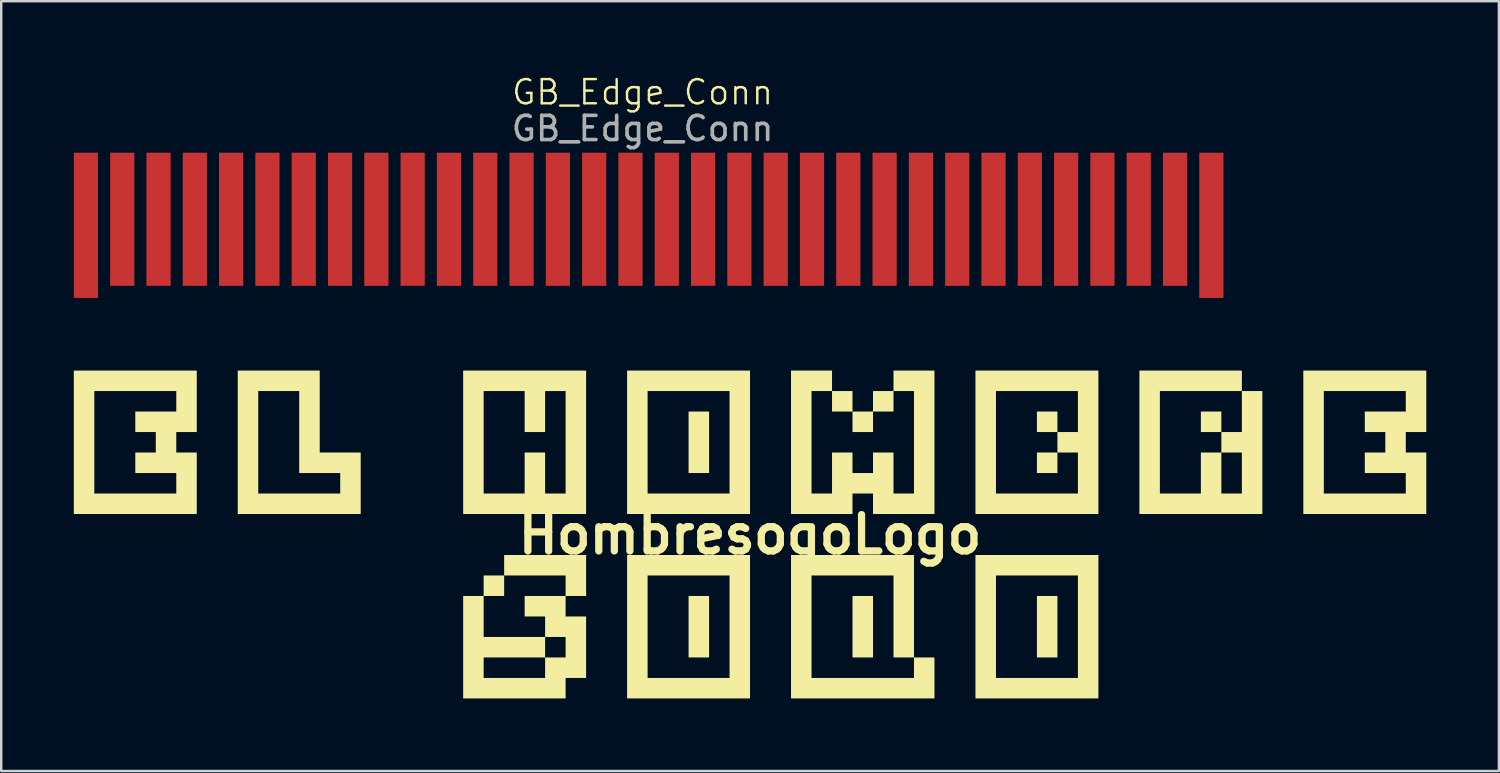
<source format=kicad_pcb>
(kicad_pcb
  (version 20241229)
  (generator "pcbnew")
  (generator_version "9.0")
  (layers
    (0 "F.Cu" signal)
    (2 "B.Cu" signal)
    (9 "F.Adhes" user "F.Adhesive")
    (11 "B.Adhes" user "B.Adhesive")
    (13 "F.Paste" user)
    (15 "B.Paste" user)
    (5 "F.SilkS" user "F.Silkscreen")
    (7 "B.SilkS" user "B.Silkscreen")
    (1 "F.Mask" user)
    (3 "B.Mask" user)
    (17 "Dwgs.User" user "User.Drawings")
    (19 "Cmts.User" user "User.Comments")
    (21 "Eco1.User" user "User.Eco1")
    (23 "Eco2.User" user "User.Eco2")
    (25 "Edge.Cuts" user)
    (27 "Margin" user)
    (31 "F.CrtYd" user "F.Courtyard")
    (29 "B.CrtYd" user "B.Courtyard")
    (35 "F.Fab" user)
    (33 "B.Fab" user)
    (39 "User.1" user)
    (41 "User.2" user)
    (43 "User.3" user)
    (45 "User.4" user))
  (footprint "GB_Edge_Conn"
    (layer "F.Cu")
    (at 23.5 3.26)
    (property "Reference" "GB_Edge_Conn" (at 0 -2.5 0) (unlocked yes) (layer "F.SilkS") (effects (font (size 1 1) (thickness 0.1))))
    (attr smd)
    (fp_text user "${REFERENCE}" (at 0 -1 0) (unlocked yes) (layer "F.Fab") (effects (font (size 1 1) (thickness 0.15))))
    (pad "1" smd rect (at -23 3) (size 1 6) (layers "F.Cu" "F.Mask" "F.Paste"))
    (pad "2" smd rect (at -21.5 2.75) (size 1 5.5) (layers "F.Cu" "F.Mask" "F.Paste"))
    (pad "3" smd rect (at -20 2.75) (size 1 5.5) (layers "F.Cu" "F.Mask" "F.Paste"))
    (pad "4" smd rect (at -18.5 2.75) (size 1 5.5) (layers "F.Cu" "F.Mask" "F.Paste"))
    (pad "5" smd rect (at -17 2.75) (size 1 5.5) (layers "F.Cu" "F.Mask" "F.Paste"))
    (pad "6" smd rect (at -15.5 2.75) (size 1 5.5) (layers "F.Cu" "F.Mask" "F.Paste"))
    (pad "7" smd rect (at -14 2.75) (size 1 5.5) (layers "F.Cu" "F.Mask" "F.Paste"))
    (pad "8" smd rect (at -12.5 2.75) (size 1 5.5) (layers "F.Cu" "F.Mask" "F.Paste"))
    (pad "9" smd rect (at -11 2.75) (size 1 5.5) (layers "F.Cu" "F.Mask" "F.Paste"))
    (pad "10" smd rect (at -9.5 2.75) (size 1 5.5) (layers "F.Cu" "F.Mask" "F.Paste"))
    (pad "11" smd rect (at -8 2.75) (size 1 5.5) (layers "F.Cu" "F.Mask" "F.Paste"))
    (pad "12" smd rect (at -6.5 2.75) (size 1 5.5) (layers "F.Cu" "F.Mask" "F.Paste"))
    (pad "13" smd rect (at -5 2.75) (size 1 5.5) (layers "F.Cu" "F.Mask" "F.Paste"))
    (pad "14" smd rect (at -3.5 2.75) (size 1 5.5) (layers "F.Cu" "F.Mask" "F.Paste"))
    (pad "15" smd rect (at -2 2.75) (size 1 5.5) (layers "F.Cu" "F.Mask" "F.Paste"))
    (pad "16" smd rect (at -0.5 2.75) (size 1 5.5) (layers "F.Cu" "F.Mask" "F.Paste"))
    (pad "17" smd rect (at 1 2.75) (size 1 5.5) (layers "F.Cu" "F.Mask" "F.Paste"))
    (pad "18" smd rect (at 2.5 2.75) (size 1 5.5) (layers "F.Cu" "F.Mask" "F.Paste"))
    (pad "19" smd rect (at 4 2.75) (size 1 5.5) (layers "F.Cu" "F.Mask" "F.Paste"))
    (pad "20" smd rect (at 5.5 2.75) (size 1 5.5) (layers "F.Cu" "F.Mask" "F.Paste"))
    (pad "21" smd rect (at 7 2.75) (size 1 5.5) (layers "F.Cu" "F.Mask" "F.Paste"))
    (pad "22" smd rect (at 8.5 2.75) (size 1 5.5) (layers "F.Cu" "F.Mask" "F.Paste"))
    (pad "23" smd rect (at 10 2.75) (size 1 5.5) (layers "F.Cu" "F.Mask" "F.Paste"))
    (pad "24" smd rect (at 11.5 2.75) (size 1 5.5) (layers "F.Cu" "F.Mask" "F.Paste"))
    (pad "25" smd rect (at 13 2.75) (size 1 5.5) (layers "F.Cu" "F.Mask" "F.Paste"))
    (pad "26" smd rect (at 14.5 2.75) (size 1 5.5) (layers "F.Cu" "F.Mask" "F.Paste"))
    (pad "27" smd rect (at 16 2.75) (size 1 5.5) (layers "F.Cu" "F.Mask" "F.Paste"))
    (pad "28" smd rect (at 17.5 2.75) (size 1 5.5) (layers "F.Cu" "F.Mask" "F.Paste"))
    (pad "29" smd rect (at 19 2.75) (size 1 5.5) (layers "F.Cu" "F.Mask" "F.Paste"))
    (pad "30" smd rect (at 20.5 2.75) (size 1 5.5) (layers "F.Cu" "F.Mask" "F.Paste"))
    (pad "31" smd rect (at 22 2.75) (size 1 5.5) (layers "F.Cu" "F.Mask" "F.Paste"))
    (pad "32" smd rect (at 23.5 3) (size 1 6) (layers "F.Cu" "F.Mask" "F.Paste")))
  (footprint "HombresoqoLogo"
    (layer "F.Cu")
    (at 27.94 19.034)
    (property "Reference" "HombresoqoLogo" (at 0 0 0) (layer "F.SilkS") (effects (font (size 1.5 1.5) (thickness 0.3))))
    (attr board_only exclude_from_pos_files exclude_from_bom)
    (fp_poly (pts (xy -1.693 -3.81) (xy -1.693 -2.54) (xy -2.117 -2.54) (xy -2.54 -2.54) (xy -2.54 -3.81) (xy -2.54 -5.08) (xy -2.117 -5.08) (xy -1.693 -5.08)) (stroke (width 0) (type solid)) (fill yes) (layer "F.SilkS"))
    (fp_poly (pts (xy -1.693 3.81) (xy -1.693 5.08) (xy -2.117 5.08) (xy -2.54 5.08) (xy -2.54 3.81) (xy -2.54 2.54) (xy -2.117 2.54) (xy -1.693 2.54)) (stroke (width 0) (type solid)) (fill yes) (layer "F.SilkS"))
    (fp_poly (pts (xy 5.08 3.81) (xy 5.08 5.08) (xy 4.657 5.08) (xy 4.233 5.08) (xy 4.233 3.81) (xy 4.233 2.54) (xy 4.657 2.54) (xy 5.08 2.54)) (stroke (width 0) (type solid)) (fill yes) (layer "F.SilkS"))
    (fp_poly (pts (xy 12.7 -4.657) (xy 12.7 -4.233) (xy 12.277 -4.233) (xy 11.853 -4.233) (xy 11.853 -4.657) (xy 11.853 -5.08) (xy 12.277 -5.08) (xy 12.7 -5.08)) (stroke (width 0) (type solid)) (fill yes) (layer "F.SilkS"))
    (fp_poly (pts (xy 12.7 -2.963) (xy 12.7 -2.54) (xy 12.277 -2.54) (xy 11.853 -2.54) (xy 11.853 -2.963) (xy 11.853 -3.387) (xy 12.277 -3.387) (xy 12.7 -3.387)) (stroke (width 0) (type solid)) (fill yes) (layer "F.SilkS"))
    (fp_poly (pts (xy 12.7 3.81) (xy 12.7 5.08) (xy 12.277 5.08) (xy 11.853 5.08) (xy 11.853 3.81) (xy 11.853 2.54) (xy 12.277 2.54) (xy 12.7 2.54)) (stroke (width 0) (type solid)) (fill yes) (layer "F.SilkS"))
    (fp_poly (pts (xy 19.473 -4.657) (xy 19.473 -4.233) (xy 19.05 -4.233) (xy 18.627 -4.233) (xy 18.627 -4.657) (xy 18.627 -5.08) (xy 19.05 -5.08) (xy 19.473 -5.08)) (stroke (width 0) (type solid)) (fill yes) (layer "F.SilkS"))
    (fp_poly (pts (xy 0 -3.81) (xy 0 -0.847) (xy -2.54 -0.847) (xy -5.08 -0.847) (xy -5.08 -3.81) (xy -4.233 -3.81) (xy -4.233 -1.693) (xy -2.54 -1.693) (xy -0.847 -1.693) (xy -0.847 -3.81) (xy -0.847 -5.927) (xy -2.54 -5.927) (xy -4.233 -5.927) (xy -4.233 -3.81) (xy -5.08 -3.81) (xy -5.08 -6.773) (xy -2.54 -6.773) (xy 0 -6.773)) (stroke (width 0) (type solid)) (fill yes) (layer "F.SilkS"))
    (fp_poly (pts (xy 0 3.81) (xy 0 6.773) (xy -2.54 6.773) (xy -5.08 6.773) (xy -5.08 3.81) (xy -4.233 3.81) (xy -4.233 5.927) (xy -2.54 5.927) (xy -0.847 5.927) (xy -0.847 3.81) (xy -0.847 1.693) (xy -2.54 1.693) (xy -4.233 1.693) (xy -4.233 3.81) (xy -5.08 3.81) (xy -5.08 0.847) (xy -2.54 0.847) (xy 0 0.847)) (stroke (width 0) (type solid)) (fill yes) (layer "F.SilkS"))
    (fp_poly (pts (xy 14.393 3.81) (xy 14.393 6.773) (xy 11.853 6.773) (xy 9.313 6.773) (xy 9.313 3.81) (xy 10.16 3.81) (xy 10.16 5.927) (xy 11.853 5.927) (xy 13.547 5.927) (xy 13.547 3.81) (xy 13.547 1.693) (xy 11.853 1.693) (xy 10.16 1.693) (xy 10.16 3.81) (xy 9.313 3.81) (xy 9.313 0.847) (xy 11.853 0.847) (xy 14.393 0.847)) (stroke (width 0) (type solid)) (fill yes) (layer "F.SilkS"))
    (fp_poly (pts (xy 6.773 2.963) (xy 6.773 5.08) (xy 6.35 5.08) (xy 5.927 5.08) (xy 5.927 3.387) (xy 5.927 1.693) (xy 4.233 1.693) (xy 2.54 1.693) (xy 2.54 3.81) (xy 2.54 5.927) (xy 4.657 5.927) (xy 6.773 5.927) (xy 6.773 5.503) (xy 6.773 5.08) (xy 7.197 5.08) (xy 7.62 5.08) (xy 7.62 5.927) (xy 7.62 6.773) (xy 4.657 6.773) (xy 1.693 6.773) (xy 1.693 3.81) (xy 1.693 0.847) (xy 4.233 0.847) (xy 6.773 0.847)) (stroke (width 0) (type solid)) (fill yes) (layer "F.SilkS"))
    (fp_poly (pts (xy -17.78 -5.08) (xy -17.78 -3.387) (xy -16.933 -3.387) (xy -16.087 -3.387) (xy -16.087 -2.117) (xy -16.087 -0.847) (xy -18.627 -0.847) (xy -21.167 -0.847) (xy -21.167 -3.81) (xy -20.32 -3.81) (xy -20.32 -1.693) (xy -18.627 -1.693) (xy -16.933 -1.693) (xy -16.933 -2.117) (xy -16.933 -2.54) (xy -17.78 -2.54) (xy -18.627 -2.54) (xy -18.627 -4.233) (xy -18.627 -5.927) (xy -19.473 -5.927) (xy -20.32 -5.927) (xy -20.32 -3.81) (xy -21.167 -3.81) (xy -21.167 -6.773) (xy -19.473 -6.773) (xy -17.78 -6.773)) (stroke (width 0) (type solid)) (fill yes) (layer "F.SilkS"))
    (fp_poly (pts (xy 14.393 -3.81) (xy 14.393 -0.847) (xy 11.853 -0.847) (xy 9.313 -0.847) (xy 9.313 -3.81) (xy 10.16 -3.81) (xy 10.16 -1.693) (xy 11.853 -1.693) (xy 13.547 -1.693) (xy 13.547 -2.54) (xy 13.547 -3.387) (xy 13.123 -3.387) (xy 12.7 -3.387) (xy 12.7 -3.81) (xy 12.7 -4.233) (xy 13.123 -4.233) (xy 13.547 -4.233) (xy 13.547 -5.08) (xy 13.547 -5.927) (xy 11.853 -5.927) (xy 10.16 -5.927) (xy 10.16 -3.81) (xy 9.313 -3.81) (xy 9.313 -6.773) (xy 11.853 -6.773) (xy 14.393 -6.773)) (stroke (width 0) (type solid)) (fill yes) (layer "F.SilkS"))
    (fp_poly (pts (xy -6.773 -3.81) (xy -6.773 -0.847) (xy -9.313 -0.847) (xy -11.853 -0.847) (xy -11.853 -3.81) (xy -11.007 -3.81) (xy -11.007 -1.693) (xy -10.16 -1.693) (xy -9.313 -1.693) (xy -9.313 -2.54) (xy -9.313 -3.387) (xy -8.89 -3.387) (xy -8.467 -3.387) (xy -8.467 -2.54) (xy -8.467 -1.693) (xy -8.043 -1.693) (xy -7.62 -1.693) (xy -7.62 -3.81) (xy -7.62 -5.927) (xy -8.043 -5.927) (xy -8.467 -5.927) (xy -8.467 -5.08) (xy -8.467 -4.233) (xy -8.89 -4.233) (xy -9.313 -4.233) (xy -9.313 -5.08) (xy -9.313 -5.927) (xy -10.16 -5.927) (xy -11.007 -5.927) (xy -11.007 -3.81) (xy -11.853 -3.81) (xy -11.853 -6.773) (xy -9.313 -6.773) (xy -6.773 -6.773)) (stroke (width 0) (type solid)) (fill yes) (layer "F.SilkS"))
    (fp_poly (pts (xy 20.32 -6.35) (xy 20.32 -5.927) (xy 18.627 -5.927) (xy 16.933 -5.927) (xy 16.933 -3.81) (xy 16.933 -1.693) (xy 17.78 -1.693) (xy 18.627 -1.693) (xy 18.627 -2.54) (xy 19.473 -2.54) (xy 19.473 -1.693) (xy 19.897 -1.693) (xy 20.32 -1.693) (xy 20.32 -2.54) (xy 20.32 -3.387) (xy 19.897 -3.387) (xy 19.473 -3.387) (xy 19.473 -2.54) (xy 18.627 -2.54) (xy 18.627 -3.387) (xy 19.05 -3.387) (xy 19.473 -3.387) (xy 19.473 -3.81) (xy 19.473 -4.233) (xy 19.897 -4.233) (xy 20.32 -4.233) (xy 20.32 -5.08) (xy 20.32 -5.927) (xy 20.743 -5.927) (xy 21.167 -5.927) (xy 21.167 -3.387) (xy 21.167 -0.847) (xy 18.627 -0.847) (xy 16.087 -0.847) (xy 16.087 -3.81) (xy 16.087 -6.773) (xy 18.203 -6.773) (xy 20.32 -6.773)) (stroke (width 0) (type solid)) (fill yes) (layer "F.SilkS"))
    (fp_poly (pts (xy -22.86 -5.503) (xy -22.86 -4.233) (xy -23.283 -4.233) (xy -23.707 -4.233) (xy -23.707 -3.81) (xy -23.707 -3.387) (xy -23.283 -3.387) (xy -22.86 -3.387) (xy -22.86 -2.117) (xy -22.86 -0.847) (xy -25.4 -0.847) (xy -27.94 -0.847) (xy -27.94 -3.81) (xy -27.093 -3.81) (xy -27.093 -1.693) (xy -25.4 -1.693) (xy -23.707 -1.693) (xy -23.707 -2.117) (xy -23.707 -2.54) (xy -24.553 -2.54) (xy -25.4 -2.54) (xy -25.4 -2.963) (xy -25.4 -3.387) (xy -24.977 -3.387) (xy -24.553 -3.387) (xy -24.553 -3.81) (xy -24.553 -4.233) (xy -24.977 -4.233) (xy -25.4 -4.233) (xy -25.4 -4.657) (xy -25.4 -5.08) (xy -24.553 -5.08) (xy -23.707 -5.08) (xy -23.707 -5.503) (xy -23.707 -5.927) (xy -25.4 -5.927) (xy -27.093 -5.927) (xy -27.093 -3.81) (xy -27.94 -3.81) (xy -27.94 -6.773) (xy -25.4 -6.773) (xy -22.86 -6.773)) (stroke (width 0) (type solid)) (fill yes) (layer "F.SilkS"))
    (fp_poly (pts (xy 27.94 -5.503) (xy 27.94 -4.233) (xy 27.517 -4.233) (xy 27.093 -4.233) (xy 27.093 -3.81) (xy 27.093 -3.387) (xy 27.517 -3.387) (xy 27.94 -3.387) (xy 27.94 -2.117) (xy 27.94 -0.847) (xy 25.4 -0.847) (xy 22.86 -0.847) (xy 22.86 -3.81) (xy 23.707 -3.81) (xy 23.707 -1.693) (xy 25.4 -1.693) (xy 27.093 -1.693) (xy 27.093 -2.117) (xy 27.093 -2.54) (xy 26.247 -2.54) (xy 25.4 -2.54) (xy 25.4 -2.963) (xy 25.4 -3.387) (xy 25.823 -3.387) (xy 26.247 -3.387) (xy 26.247 -3.81) (xy 26.247 -4.233) (xy 25.823 -4.233) (xy 25.4 -4.233) (xy 25.4 -4.657) (xy 25.4 -5.08) (xy 26.247 -5.08) (xy 27.093 -5.08) (xy 27.093 -5.503) (xy 27.093 -5.927) (xy 25.4 -5.927) (xy 23.707 -5.927) (xy 23.707 -3.81) (xy 22.86 -3.81) (xy 22.86 -6.773) (xy 25.4 -6.773) (xy 27.94 -6.773)) (stroke (width 0) (type solid)) (fill yes) (layer "F.SilkS"))
    (fp_poly (pts (xy -6.773 1.693) (xy -6.773 2.54) (xy -7.197 2.54) (xy -7.62 2.54) (xy -7.62 2.963) (xy -7.62 3.387) (xy -7.197 3.387) (xy -6.773 3.387) (xy -6.773 4.657) (xy -6.773 5.927) (xy -7.197 5.927) (xy -7.62 5.927) (xy -7.62 6.35) (xy -7.62 6.773) (xy -9.737 6.773) (xy -11.853 6.773) (xy -11.853 5.08) (xy -11.007 5.08) (xy -11.007 5.503) (xy -11.007 5.927) (xy -9.737 5.927) (xy -8.467 5.927) (xy -8.467 5.503) (xy -8.467 5.08) (xy -8.043 5.08) (xy -7.62 5.08) (xy -7.62 4.657) (xy -7.62 4.233) (xy -8.043 4.233) (xy -8.467 4.233) (xy -8.467 4.657) (xy -8.467 5.08) (xy -9.737 5.08) (xy -11.007 5.08) (xy -11.853 5.08) (xy -11.853 4.657) (xy -11.853 2.54) (xy -11.43 2.54) (xy -11.007 2.54) (xy -11.007 3.387) (xy -11.007 4.233) (xy -9.737 4.233) (xy -8.467 4.233) (xy -8.467 3.81) (xy -8.467 3.387) (xy -8.89 3.387) (xy -9.313 3.387) (xy -9.313 2.963) (xy -9.313 2.54) (xy -8.467 2.54) (xy -7.62 2.54) (xy -7.62 2.117) (xy -7.62 1.693) (xy -8.89 1.693) (xy -10.16 1.693) (xy -10.16 2.117) (xy -10.16 2.54) (xy -10.583 2.54) (xy -11.007 2.54) (xy -11.007 2.117) (xy -11.007 1.693) (xy -10.583 1.693) (xy -10.16 1.693) (xy -10.16 1.27) (xy -10.16 0.847) (xy -8.467 0.847) (xy -6.773 0.847)) (stroke (width 0) (type solid)) (fill yes) (layer "F.SilkS"))
    (fp_poly (pts (xy 3.387 -6.35) (xy 3.387 -5.927) (xy 2.963 -5.927) (xy 2.54 -5.927) (xy 2.54 -3.81) (xy 2.54 -1.693) (xy 2.963 -1.693) (xy 3.387 -1.693) (xy 3.387 -2.54) (xy 3.387 -3.387) (xy 3.81 -3.387) (xy 4.233 -3.387) (xy 4.233 -2.963) (xy 4.233 -2.54) (xy 4.657 -2.54) (xy 5.08 -2.54) (xy 5.08 -2.963) (xy 5.08 -3.387) (xy 5.503 -3.387) (xy 5.927 -3.387) (xy 5.927 -2.54) (xy 5.927 -1.693) (xy 6.35 -1.693) (xy 6.773 -1.693) (xy 6.773 -3.81) (xy 6.773 -5.927) (xy 6.35 -5.927) (xy 5.927 -5.927) (xy 5.927 -5.503) (xy 5.927 -5.08) (xy 5.503 -5.08) (xy 5.08 -5.08) (xy 5.08 -4.657) (xy 5.08 -4.233) (xy 4.657 -4.233) (xy 4.233 -4.233) (xy 4.233 -4.657) (xy 4.233 -5.08) (xy 3.81 -5.08) (xy 3.387 -5.08) (xy 3.387 -5.503) (xy 3.387 -5.927) (xy 3.81 -5.927) (xy 4.233 -5.927) (xy 4.233 -5.503) (xy 4.233 -5.08) (xy 4.657 -5.08) (xy 5.08 -5.08) (xy 5.08 -5.503) (xy 5.08 -5.927) (xy 5.503 -5.927) (xy 5.927 -5.927) (xy 5.927 -6.35) (xy 5.927 -6.773) (xy 6.773 -6.773) (xy 7.62 -6.773) (xy 7.62 -3.81) (xy 7.62 -0.847) (xy 6.35 -0.847) (xy 5.08 -0.847) (xy 5.08 -1.27) (xy 5.08 -1.693) (xy 4.657 -1.693) (xy 4.233 -1.693) (xy 4.233 -1.27) (xy 4.233 -0.847) (xy 2.963 -0.847) (xy 1.693 -0.847) (xy 1.693 -3.81) (xy 1.693 -6.773) (xy 2.54 -6.773) (xy 3.387 -6.773)) (stroke (width 0) (type solid)) (fill yes) (layer "F.SilkS")))
  (gr_rect
    (start -3 -3)
    (end 58.88 28.807)
    (stroke (width 0.1) (type default))
    (fill no)
    (layer "Edge.Cuts")))
</source>
